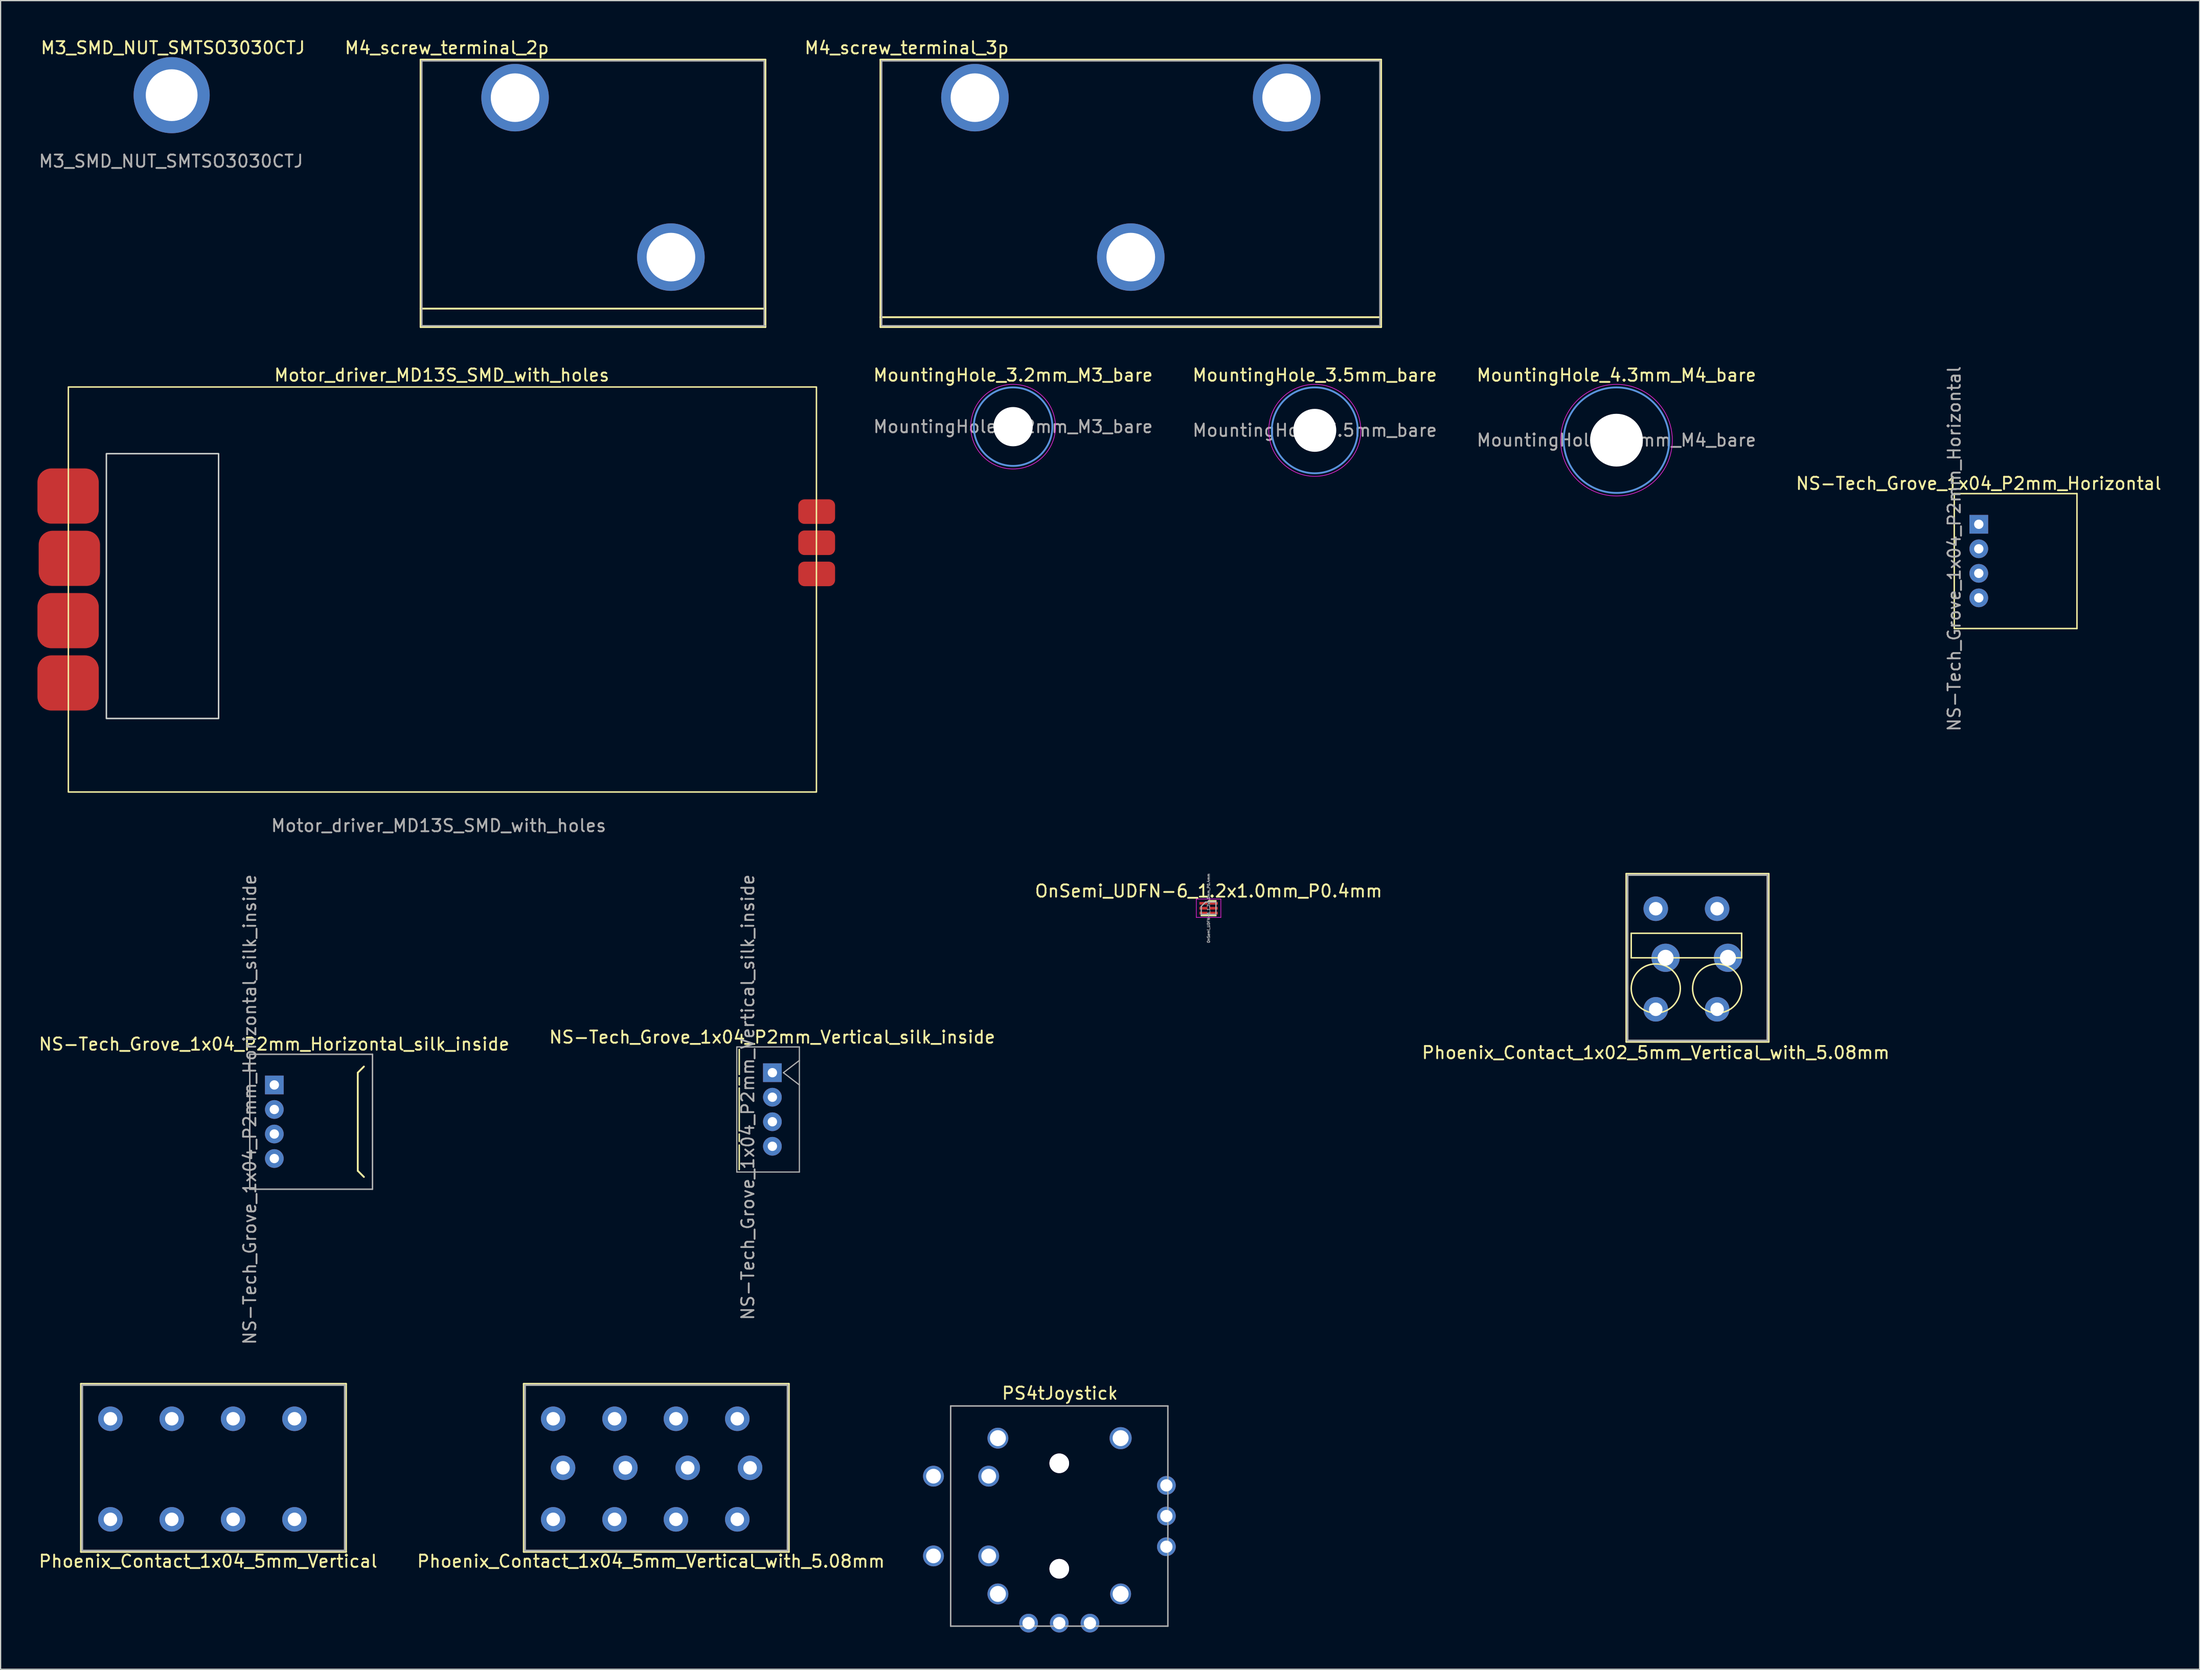
<source format=kicad_pcb>
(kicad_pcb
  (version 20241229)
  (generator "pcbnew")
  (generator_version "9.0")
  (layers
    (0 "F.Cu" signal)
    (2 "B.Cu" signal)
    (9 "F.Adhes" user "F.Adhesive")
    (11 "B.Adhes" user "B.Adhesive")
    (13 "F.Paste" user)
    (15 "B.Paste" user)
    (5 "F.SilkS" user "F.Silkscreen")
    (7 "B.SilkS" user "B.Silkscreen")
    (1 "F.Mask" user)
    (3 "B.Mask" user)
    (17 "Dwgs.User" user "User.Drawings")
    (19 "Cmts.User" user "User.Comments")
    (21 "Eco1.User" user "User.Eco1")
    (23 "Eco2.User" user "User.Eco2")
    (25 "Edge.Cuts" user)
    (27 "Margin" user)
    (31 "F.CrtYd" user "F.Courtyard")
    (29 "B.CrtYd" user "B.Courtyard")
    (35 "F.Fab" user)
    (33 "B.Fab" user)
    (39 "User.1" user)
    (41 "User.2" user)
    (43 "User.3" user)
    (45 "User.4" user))
  (footprint "M4_screw_terminal_3p"
    (layer "F.Cu")
    (at 76.395 4.912)
    (property "Reference" "M4_screw_terminal_3p" (at -5.563 -4.064 0) (layer "F.SilkS") (effects (font (size 1 1) (thickness 0.15))))
    (attr through_hole)
    (fp_line (start -7.7 -3.1) (end -7.7 18.7) (stroke (width 0.15) (type solid)) (layer "F.SilkS"))
    (fp_line (start -7.7 17.9) (end 33.1 17.9) (stroke (width 0.15) (type solid)) (layer "F.SilkS"))
    (fp_line (start -7.7 18.7) (end 33.1 18.7) (stroke (width 0.15) (type solid)) (layer "F.SilkS"))
    (fp_line (start 33.1 -3.1) (end -7.7 -3.1) (stroke (width 0.15) (type solid)) (layer "F.SilkS"))
    (fp_line (start 33.1 18.7) (end 33.1 -3.1) (stroke (width 0.15) (type solid)) (layer "F.SilkS"))
    (fp_line (start -7.6 -3) (end -7.6 18.6) (stroke (width 0.12) (type solid)) (layer "F.Fab"))
    (fp_line (start -7.6 18.6) (end 33 18.6) (stroke (width 0.12) (type solid)) (layer "F.Fab"))
    (fp_line (start 33 -3) (end -7.6 -3) (stroke (width 0.12) (type solid)) (layer "F.Fab"))
    (fp_line (start 33 18.6) (end 33 -3) (stroke (width 0.12) (type solid)) (layer "F.Fab"))
    (pad "1" thru_hole circle (at 0 0) (size 5.5 5.5) (drill 3.96) (layers "*.Cu" "*.Mask"))
    (pad "2" thru_hole circle (at 12.7 13) (size 5.5 5.5) (drill 3.96) (layers "*.Cu" "*.Mask"))
    (pad "3" thru_hole circle (at 25.4 0) (size 5.5 5.5) (drill 3.96) (layers "*.Cu" "*.Mask")))
  (footprint "Phoenix_Contact_1x04_5mm_Vertical_with_5.08mm"
    (layer "F.Cu")
    (at 42.031 112.62)
    (property "Reference" "Phoenix_Contact_1x04_5mm_Vertical_with_5.08mm" (at 7.963 11.62 0) (layer "F.SilkS") (effects (font (size 1 1) (thickness 0.15))))
    (attr through_hole)
    (fp_line (start -2.4 -2.85) (end -2.4 10.85) (stroke (width 0.15) (type solid)) (layer "F.SilkS"))
    (fp_line (start -2.4 10.85) (end 19.2 10.85) (stroke (width 0.15) (type solid)) (layer "F.SilkS"))
    (fp_line (start 19.2 -2.85) (end -2.4 -2.85) (stroke (width 0.15) (type solid)) (layer "F.SilkS"))
    (fp_line (start 19.2 10.85) (end 19.2 -2.85) (stroke (width 0.15) (type solid)) (layer "F.SilkS"))
    (fp_line (start -2 2) (end -2 4) (stroke (width 0.12) (type solid)) (layer "Eco1.User"))
    (fp_line (start -2 4) (end 17 4) (stroke (width 0.12) (type solid)) (layer "Eco1.User"))
    (fp_line (start 17 2) (end -2 2) (stroke (width 0.12) (type solid)) (layer "Eco1.User"))
    (fp_line (start 17 4) (end 17 2) (stroke (width 0.12) (type solid)) (layer "Eco1.User"))
    (fp_circle (center 0 6.5) (end 2 6.5) (stroke (width 0.12) (type solid)) (fill no) (layer "Eco1.User"))
    (fp_circle (center 5 6.5) (end 7 6.5) (stroke (width 0.12) (type solid)) (fill no) (layer "Eco1.User"))
    (fp_circle (center 10 6.5) (end 12 6.5) (stroke (width 0.12) (type solid)) (fill no) (layer "Eco1.User"))
    (fp_circle (center 15 6.5) (end 17 6.5) (stroke (width 0.12) (type solid)) (fill no) (layer "Eco1.User"))
    (fp_line (start -2.3 -2.75) (end -2.3 10.75) (stroke (width 0.15) (type solid)) (layer "F.Fab"))
    (fp_line (start -2.3 10.75) (end 19.1 10.75) (stroke (width 0.15) (type solid)) (layer "F.Fab"))
    (fp_line (start 19.1 -2.75) (end -2.3 -2.75) (stroke (width 0.15) (type solid)) (layer "F.Fab"))
    (fp_line (start 19.1 10.75) (end 19.1 -2.75) (stroke (width 0.15) (type solid)) (layer "F.Fab"))
    (pad "1" thru_hole circle (at 0 0) (size 2 2) (drill 1.1) (layers "*.Cu" "*.Mask"))
    (pad "1" thru_hole circle (at 0 8.2) (size 2 2) (drill 1.1) (layers "*.Cu" "*.Mask"))
    (pad "1" thru_hole circle (at 0.8 4) (size 2 2) (drill 1.1) (layers "*.Cu" "*.Mask"))
    (pad "2" thru_hole circle (at 5 0) (size 2 2) (drill 1.1) (layers "*.Cu" "*.Mask"))
    (pad "2" thru_hole circle (at 5 8.2) (size 2 2) (drill 1.1) (layers "*.Cu" "*.Mask"))
    (pad "2" thru_hole circle (at 5.88 4) (size 2 2) (drill 1.1) (layers "*.Cu" "*.Mask"))
    (pad "3" thru_hole circle (at 10 0) (size 2 2) (drill 1.1) (layers "*.Cu" "*.Mask"))
    (pad "3" thru_hole circle (at 10 8.2) (size 2 2) (drill 1.1) (layers "*.Cu" "*.Mask"))
    (pad "3" thru_hole circle (at 10.96 4) (size 2 2) (drill 1.1) (layers "*.Cu" "*.Mask"))
    (pad "4" thru_hole circle (at 15 0) (size 2 2) (drill 1.1) (layers "*.Cu" "*.Mask"))
    (pad "4" thru_hole circle (at 15 8.2) (size 2 2) (drill 1.1) (layers "*.Cu" "*.Mask"))
    (pad "4" thru_hole circle (at 16.04 4) (size 2 2) (drill 1.1) (layers "*.Cu" "*.Mask")))
  (footprint "NS-Tech_Grove_1x04_P2mm_Horizontal"
    (layer "F.Cu")
    (at 158.197 42.693)
    (property "Reference" "NS-Tech_Grove_1x04_P2mm_Horizontal" (at -0.013 -6.325 0) (layer "F.SilkS") (effects (font (size 1 1) (thickness 0.15))))
    (attr through_hole)
    (fp_line (start -2 -5.5) (end -2 5.5) (stroke (width 0.12) (type solid)) (layer "F.SilkS"))
    (fp_line (start -2 -5.5) (end 8 -5.5) (stroke (width 0.12) (type solid)) (layer "F.SilkS"))
    (fp_line (start -2 5.5) (end 8 5.5) (stroke (width 0.12) (type solid)) (layer "F.SilkS"))
    (fp_line (start 8 -5.5) (end 8 5.5) (stroke (width 0.12) (type solid)) (layer "F.SilkS"))
    (fp_text user "${REFERENCE}" (at -2 -1 90) (layer "F.Fab") (effects (font (size 1 1) (thickness 0.15))))
    (pad "1" thru_hole rect (at 0 -3) (size 1.524 1.524) (drill 0.762) (layers "*.Cu" "*.Mask"))
    (pad "2" thru_hole circle (at 0 -1) (size 1.524 1.524) (drill 0.762) (layers "*.Cu" "*.Mask"))
    (pad "3" thru_hole circle (at 0 1) (size 1.524 1.524) (drill 0.762) (layers "*.Cu" "*.Mask"))
    (pad "4" thru_hole circle (at 0 3) (size 1.524 1.524) (drill 0.762) (layers "*.Cu" "*.Mask")))
  (footprint "M3_SMD_NUT_SMTSO3030CTJ"
    (layer "F.Cu")
    (at 10.938 4.709)
    (property "Reference" "M3_SMD_NUT_SMTSO3030CTJ" (at 0.102 -3.861 0) (unlocked yes) (layer "F.SilkS") (effects (font (size 1 1) (thickness 0.15))))
    (attr through_hole)
    (fp_text user "${REFERENCE}" (at -0.051 5.385 0) (unlocked yes) (layer "F.Fab") (effects (font (size 1 1) (thickness 0.15))))
    (pad "1" thru_hole circle (at 0 0) (size 6.2 6.2) (drill 4.22) (layers "*.Cu" "*.Mask")))
  (footprint "Motor_driver_MD13S_SMD_with_holes"
    (layer "F.Cu")
    (at 33 45.011)
    (property "Reference" "Motor_driver_MD13S_SMD_with_holes" (at -0.051 -17.475 0) (unlocked yes) (layer "F.SilkS") (effects (font (size 1 1) (thickness 0.15))))
    (attr smd)
    (fp_rect (start -30.48 -16.51) (end 30.48 16.51) (stroke (width 0.12) (type default)) (fill no) (layer "F.SilkS"))
    (fp_rect (start -27.381 -11.074) (end -18.237 10.516) (stroke (width 0.12) (type default)) (fill no) (layer "Edge.Cuts"))
    (fp_text user "${REFERENCE}" (at -0.305 19.253 0) (unlocked yes) (layer "F.Fab") (effects (font (size 1 1) (thickness 0.15))))
    (pad "1" smd roundrect (at -30.5 -7.62) (size 5 4.5) (layers "F.Cu" "F.Mask" "F.Paste") (roundrect_rratio 0.25))
    (pad "2" smd roundrect (at -30.4 -2.54) (size 5 4.5) (layers "F.Cu" "F.Mask" "F.Paste") (roundrect_rratio 0.25))
    (pad "3" smd roundrect (at -30.5 2.54) (size 5 4.5) (layers "F.Cu" "F.Mask" "F.Paste") (roundrect_rratio 0.25))
    (pad "4" smd roundrect (at -30.5 7.62) (size 5 4.5) (layers "F.Cu" "F.Mask" "F.Paste") (roundrect_rratio 0.25))
    (pad "5" smd roundrect (at 30.5 -6.35) (size 3 2) (layers "F.Cu" "F.Mask" "F.Paste") (roundrect_rratio 0.25))
    (pad "6" smd roundrect (at 30.5 -3.81) (size 3 2) (layers "F.Cu" "F.Mask" "F.Paste") (roundrect_rratio 0.25))
    (pad "7" smd roundrect (at 30.5 -1.27) (size 3 2) (layers "F.Cu" "F.Mask" "F.Paste") (roundrect_rratio 0.25)))
  (footprint "OnSemi_UDFN-6_1.2x1.0mm_P0.4mm"
    (layer "F.Cu")
    (at 95.435 70.996)
    (property "Reference" "OnSemi_UDFN-6_1.2x1.0mm_P0.4mm" (at 0 -1.4 0) (layer "F.SilkS") (effects (font (size 1 1) (thickness 0.15))))
    (attr smd)
    (fp_line (start 0.6 -0.6) (end 0 -0.6) (stroke (width 0.12) (type solid)) (layer "F.SilkS"))
    (fp_line (start 0.6 0.6) (end -0.6 0.6) (stroke (width 0.12) (type solid)) (layer "F.SilkS"))
    (fp_line (start -1 -0.75) (end 1 -0.75) (stroke (width 0.05) (type solid)) (layer "F.CrtYd"))
    (fp_line (start -1 0.75) (end -1 -0.75) (stroke (width 0.05) (type solid)) (layer "F.CrtYd"))
    (fp_line (start 1 -0.75) (end 1 0.75) (stroke (width 0.05) (type solid)) (layer "F.CrtYd"))
    (fp_line (start 1 0.75) (end -1 0.75) (stroke (width 0.05) (type solid)) (layer "F.CrtYd"))
    (fp_line (start -0.6 -0.15) (end -0.25 -0.5) (stroke (width 0.1) (type solid)) (layer "F.Fab"))
    (fp_line (start -0.6 0.5) (end -0.6 -0.15) (stroke (width 0.1) (type solid)) (layer "F.Fab"))
    (fp_line (start -0.25 -0.5) (end 0.6 -0.5) (stroke (width 0.1) (type solid)) (layer "F.Fab"))
    (fp_line (start 0.6 -0.5) (end 0.6 0.5) (stroke (width 0.1) (type solid)) (layer "F.Fab"))
    (fp_line (start 0.6 0.5) (end -0.6 0.5) (stroke (width 0.1) (type solid)) (layer "F.Fab"))
    (fp_text user "${REFERENCE}" (at 0 0 90) (layer "F.Fab") (effects (font (size 0.2 0.2) (thickness 0.05))))
    (pad "1" smd rect (at -0.42 -0.4) (size 0.66 0.22) (layers "F.Cu" "F.Mask" "F.Paste"))
    (pad "2" smd rect (at -0.42 0) (size 0.66 0.22) (layers "F.Cu" "F.Mask" "F.Paste"))
    (pad "3" smd rect (at -0.42 0.4) (size 0.66 0.22) (layers "F.Cu" "F.Mask" "F.Paste"))
    (pad "4" smd rect (at 0.42 0.4) (size 0.66 0.22) (layers "F.Cu" "F.Mask" "F.Paste"))
    (pad "5" smd rect (at 0.42 0) (size 0.66 0.22) (layers "F.Cu" "F.Mask" "F.Paste"))
    (pad "6" smd rect (at 0.42 -0.4) (size 0.66 0.22) (layers "F.Cu" "F.Mask" "F.Paste")))
  (footprint "PS4tJoystick"
    (layer "F.Cu")
    (at 83.267 120.551)
    (property "Reference" "PS4tJoystick" (at 0.051 -10.008 0) (layer "F.SilkS") (effects (font (size 1 1) (thickness 0.15))))
    (attr through_hole)
    (fp_line (start -6.6 -1.1) (end -1.7 -1.1) (stroke (width 0.12) (type solid)) (layer "Eco1.User"))
    (fp_line (start -6.6 1.1) (end -1.7 1.1) (stroke (width 0.12) (type solid)) (layer "Eco1.User"))
    (fp_circle (center -8 0) (end -6.25 0) (stroke (width 0.12) (type solid)) (fill no) (layer "Eco1.User"))
    (fp_circle (center -3.5 -3.5) (end -2.2 -3.5) (stroke (width 0.12) (type solid)) (fill no) (layer "Eco1.User"))
    (fp_circle (center -3.5 3.5) (end -2.2 3.5) (stroke (width 0.12) (type solid)) (fill no) (layer "Eco1.User"))
    (fp_circle (center 0 0) (end 2 0) (stroke (width 0.12) (type solid)) (fill no) (layer "Eco1.User"))
    (fp_circle (center 3.5 -3.5) (end 4.8 -3.5) (stroke (width 0.12) (type solid)) (fill no) (layer "Eco1.User"))
    (fp_circle (center 3.5 3.5) (end 4.8 3.5) (stroke (width 0.12) (type solid)) (fill no) (layer "Eco1.User"))
    (fp_line (start -8.85 -8.975) (end 8.85 -8.975) (stroke (width 0.12) (type solid)) (layer "F.Fab"))
    (fp_line (start -8.85 8.975) (end -8.85 -8.975) (stroke (width 0.12) (type solid)) (layer "F.Fab"))
    (fp_line (start 8.85 -8.975) (end 8.85 8.975) (stroke (width 0.12) (type solid)) (layer "F.Fab"))
    (fp_line (start 8.85 8.975) (end -8.85 8.975) (stroke (width 0.12) (type solid)) (layer "F.Fab"))
    (fp_text user "KeepOut" (at -4.013 -0.046 0) (layer "Eco1.User") (effects (font (size 1 1) (thickness 0.15))))
    (pad "1" thru_hole circle (at 8.73 -2.5) (size 1.524 1.524) (drill 1) (layers "*.Cu" "*.Mask"))
    (pad "2" thru_hole circle (at 8.73 0) (size 1.524 1.524) (drill 1) (layers "*.Cu" "*.Mask"))
    (pad "3" thru_hole circle (at 8.73 2.5) (size 1.524 1.524) (drill 1) (layers "*.Cu" "*.Mask"))
    (pad "4" thru_hole circle (at 2.5 8.73) (size 1.524 1.524) (drill 1) (layers "*.Cu" "*.Mask"))
    (pad "5" thru_hole circle (at 0 8.73) (size 1.524 1.524) (drill 1) (layers "*.Cu" "*.Mask"))
    (pad "6" thru_hole circle (at -2.5 8.73) (size 1.524 1.524) (drill 1) (layers "*.Cu" "*.Mask"))
    (pad "7" thru_hole circle (at -5.75 -3.25) (size 1.7 1.7) (drill 1.2) (layers "*.Cu" "*.Mask"))
    (pad "7" thru_hole circle (at -5.75 3.25) (size 1.7 1.7) (drill 1.2) (layers "*.Cu" "*.Mask"))
    (pad "8" thru_hole circle (at -10.25 -3.25) (size 1.7 1.7) (drill 1.2) (layers "*.Cu" "*.Mask"))
    (pad "8" thru_hole circle (at -10.25 3.25) (size 1.7 1.7) (drill 1.2) (layers "*.Cu" "*.Mask"))
    (pad "NC" thru_hole circle (at -5 -6.35) (size 1.7 1.7) (drill 1.3) (layers "*.Cu" "*.Mask"))
    (pad "NC" thru_hole circle (at -5 6.35) (size 1.7 1.7) (drill 1.3) (layers "*.Cu" "*.Mask"))
    (pad "NC" thru_hole circle (at 0 -4.3) (size 1.6 1.6) (drill 1.6) (layers "*.Cu" "*.Mask"))
    (pad "NC" thru_hole circle (at 0 4.3) (size 1.6 1.6) (drill 1.6) (layers "*.Cu" "*.Mask"))
    (pad "NC" thru_hole circle (at 5 -6.35) (size 1.8 1.8) (drill 1.3) (layers "*.Cu" "*.Mask"))
    (pad "NC" thru_hole circle (at 5 6.35) (size 1.7 1.7) (drill 1.3) (layers "*.Cu" "*.Mask")))
  (footprint "M4_screw_terminal_2p"
    (layer "F.Cu")
    (at 38.923 4.912)
    (property "Reference" "M4_screw_terminal_2p" (at -5.563 -4.064 0) (layer "F.SilkS") (effects (font (size 1 1) (thickness 0.15))))
    (attr through_hole)
    (fp_line (start -7.7 -3.1) (end -7.7 18.7) (stroke (width 0.15) (type solid)) (layer "F.SilkS"))
    (fp_line (start -7.7 17.2) (end 20.4 17.2) (stroke (width 0.15) (type solid)) (layer "F.SilkS"))
    (fp_line (start -7.7 18.7) (end 20.4 18.7) (stroke (width 0.15) (type solid)) (layer "F.SilkS"))
    (fp_line (start 20.4 -3.1) (end -7.7 -3.1) (stroke (width 0.15) (type solid)) (layer "F.SilkS"))
    (fp_line (start 20.4 18.7) (end 20.4 -3.1) (stroke (width 0.15) (type solid)) (layer "F.SilkS"))
    (fp_line (start -7.6 -3) (end -7.6 18.6) (stroke (width 0.12) (type solid)) (layer "F.Fab"))
    (fp_line (start -7.6 18.6) (end 20.371 18.6) (stroke (width 0.12) (type solid)) (layer "F.Fab"))
    (fp_line (start 20.3 -3) (end -7.6 -3) (stroke (width 0.12) (type solid)) (layer "F.Fab"))
    (fp_line (start 20.3 18.6) (end 20.3 -3) (stroke (width 0.12) (type solid)) (layer "F.Fab"))
    (pad "1" thru_hole circle (at 0 0) (size 5.5 5.5) (drill 3.96) (layers "*.Cu" "*.Mask"))
    (pad "2" thru_hole circle (at 12.7 13) (size 5.5 5.5) (drill 3.96) (layers "*.Cu" "*.Mask")))
  (footprint "MountingHole_3.2mm_M3_bare"
    (layer "F.Cu")
    (at 79.506 31.735)
    (property "Reference" "MountingHole_3.2mm_M3_bare" (at 0 -4.2 0) (layer "F.SilkS") (effects (font (size 1 1) (thickness 0.15))))
    (attr exclude_from_pos_files exclude_from_bom)
    (fp_circle (center 0 0) (end 3.2 0) (stroke (width 0.15) (type solid)) (fill no) (layer "Cmts.User"))
    (fp_circle (center 0 0) (end 3.45 0) (stroke (width 0.05) (type solid)) (fill no) (layer "F.CrtYd"))
    (fp_text user "${REFERENCE}" (at 0 0 0) (layer "F.Fab") (effects (font (size 1 1) (thickness 0.15))))
    (pad "" np_thru_hole circle (at 0 0) (size 3.2 3.2) (drill 3.2) (layers "*.Cu" "*.Mask")))
  (footprint "MountingHole_3.5mm_bare"
    (layer "F.Cu")
    (at 104.089 32.035)
    (property "Reference" "MountingHole_3.5mm_bare" (at 0 -4.5 0) (layer "F.SilkS") (effects (font (size 1 1) (thickness 0.15))))
    (attr exclude_from_pos_files exclude_from_bom)
    (fp_circle (center 0 0) (end 3.5 0) (stroke (width 0.15) (type solid)) (fill no) (layer "Cmts.User"))
    (fp_circle (center 0 0) (end 3.75 0) (stroke (width 0.05) (type solid)) (fill no) (layer "F.CrtYd"))
    (fp_text user "${REFERENCE}" (at 0 0 0) (layer "F.Fab") (effects (font (size 1 1) (thickness 0.15))))
    (pad "" np_thru_hole circle (at 0 0) (size 3.5 3.5) (drill 3.5) (layers "*.Cu" "*.Mask")))
  (footprint "NS-Tech_Grove_1x04_P2mm_Vertical_silk_inside"
    (layer "F.Cu")
    (at 59.89 84.404)
    (property "Reference" "NS-Tech_Grove_1x04_P2mm_Vertical_silk_inside" (at -0.015 -2.896 0) (layer "F.SilkS") (effects (font (size 1 1) (thickness 0.15))))
    (attr through_hole)
    (fp_line (start -2.7 -1.9) (end -2.7 0.15) (stroke (width 0.12) (type solid)) (layer "F.SilkS"))
    (fp_line (start -2.7 0.4) (end -2.7 1) (stroke (width 0.12) (type solid)) (layer "F.SilkS"))
    (fp_line (start -2.7 1.25) (end -2.7 4.75) (stroke (width 0.12) (type solid)) (layer "F.SilkS"))
    (fp_line (start -2.7 5) (end -2.7 5.6) (stroke (width 0.12) (type solid)) (layer "F.SilkS"))
    (fp_line (start -2.7 5.9) (end -2.7 7.9) (stroke (width 0.12) (type solid)) (layer "F.SilkS"))
    (fp_line (start -2.9 -2.1) (end 2.2 -2.1) (stroke (width 0.1) (type solid)) (layer "F.Fab"))
    (fp_line (start -2.9 8.1) (end -2.9 -2.1) (stroke (width 0.1) (type solid)) (layer "F.Fab"))
    (fp_line (start 0.9 0) (end 2.2 1) (stroke (width 0.1) (type solid)) (layer "F.Fab"))
    (fp_line (start 2.2 -2.1) (end 2.2 8.1) (stroke (width 0.1) (type solid)) (layer "F.Fab"))
    (fp_line (start 2.2 -1) (end 0.9 0) (stroke (width 0.1) (type solid)) (layer "F.Fab"))
    (fp_line (start 2.2 8.1) (end -2.9 8.1) (stroke (width 0.1) (type solid)) (layer "F.Fab"))
    (fp_text user "${REFERENCE}" (at -2 2 90) (layer "F.Fab") (effects (font (size 1 1) (thickness 0.15))))
    (pad "1" thru_hole rect (at 0 0) (size 1.524 1.524) (drill 0.762) (layers "*.Cu" "*.Mask"))
    (pad "2" thru_hole circle (at 0 2) (size 1.524 1.524) (drill 0.762) (layers "*.Cu" "*.Mask"))
    (pad "3" thru_hole circle (at 0 4) (size 1.524 1.524) (drill 0.762) (layers "*.Cu" "*.Mask"))
    (pad "4" thru_hole circle (at 0 6) (size 1.524 1.524) (drill 0.762) (layers "*.Cu" "*.Mask")))
  (footprint "Phoenix_Contact_1x02_5mm_Vertical_with_5.08mm"
    (layer "F.Cu")
    (at 131.875 71.037)
    (property "Reference" "Phoenix_Contact_1x02_5mm_Vertical_with_5.08mm" (at 0 11.735 0) (layer "F.SilkS") (effects (font (size 1 1) (thickness 0.15))))
    (attr through_hole)
    (fp_line (start -2.4 -2.85) (end -2.4 10.85) (stroke (width 0.15) (type solid)) (layer "F.SilkS"))
    (fp_line (start -2.4 10.85) (end 9.2 10.85) (stroke (width 0.15) (type solid)) (layer "F.SilkS"))
    (fp_line (start -2 2) (end -2 4) (stroke (width 0.12) (type solid)) (layer "F.SilkS"))
    (fp_line (start -2 4) (end 7 4) (stroke (width 0.12) (type solid)) (layer "F.SilkS"))
    (fp_line (start 7 2) (end -2 2) (stroke (width 0.12) (type solid)) (layer "F.SilkS"))
    (fp_line (start 7 4) (end 7 2) (stroke (width 0.12) (type solid)) (layer "F.SilkS"))
    (fp_line (start 9.2 -2.85) (end -2.4 -2.85) (stroke (width 0.15) (type solid)) (layer "F.SilkS"))
    (fp_line (start 9.2 10.85) (end 9.2 -2.85) (stroke (width 0.15) (type solid)) (layer "F.SilkS"))
    (fp_circle (center 0 6.5) (end 2 6.5) (stroke (width 0.12) (type solid)) (fill no) (layer "F.SilkS"))
    (fp_circle (center 5 6.5) (end 7 6.5) (stroke (width 0.12) (type solid)) (fill no) (layer "F.SilkS"))
    (fp_line (start -2.3 -2.75) (end -2.3 10.75) (stroke (width 0.15) (type solid)) (layer "F.Fab"))
    (fp_line (start -2.3 10.75) (end 9.1 10.75) (stroke (width 0.15) (type solid)) (layer "F.Fab"))
    (fp_line (start 9.1 -2.75) (end -2.3 -2.75) (stroke (width 0.15) (type solid)) (layer "F.Fab"))
    (fp_line (start 9.1 10.75) (end 9.1 -2.75) (stroke (width 0.15) (type solid)) (layer "F.Fab"))
    (pad "1" thru_hole circle (at 0 0) (size 2 2) (drill 1.1) (layers "*.Cu" "*.Mask"))
    (pad "1" thru_hole circle (at 0 8.2) (size 2 2) (drill 1.1) (layers "*.Cu" "*.Mask"))
    (pad "1" thru_hole circle (at 0.8 4) (size 2.3 2.3) (drill 1.3) (layers "*.Cu" "*.Mask"))
    (pad "2" thru_hole circle (at 5 0) (size 2 2) (drill 1.1) (layers "*.Cu" "*.Mask"))
    (pad "2" thru_hole circle (at 5 8.2) (size 2 2) (drill 1.1) (layers "*.Cu" "*.Mask"))
    (pad "2" thru_hole circle (at 5.88 4) (size 2.3 2.3) (drill 1.3) (layers "*.Cu" "*.Mask")))
  (footprint "NS-Tech_Grove_1x04_P2mm_Horizontal_silk_inside"
    (layer "F.Cu")
    (at 19.304 88.404)
    (property "Reference" "NS-Tech_Grove_1x04_P2mm_Horizontal_silk_inside" (at -0.013 -6.325 0) (layer "F.SilkS") (effects (font (size 1 1) (thickness 0.15))))
    (attr through_hole)
    (fp_line (start 6.8 -4) (end 6.8 4) (stroke (width 0.15) (type solid)) (layer "F.SilkS"))
    (fp_line (start 6.8 4) (end 7.3 4.5) (stroke (width 0.15) (type solid)) (layer "F.SilkS"))
    (fp_line (start 7.3 -4.5) (end 6.8 -4) (stroke (width 0.15) (type solid)) (layer "F.SilkS"))
    (fp_line (start -2 -5.5) (end -2 5.5) (stroke (width 0.12) (type solid)) (layer "F.Fab"))
    (fp_line (start -2 -5.5) (end 8 -5.5) (stroke (width 0.12) (type solid)) (layer "F.Fab"))
    (fp_line (start -2 5.5) (end 8 5.5) (stroke (width 0.12) (type solid)) (layer "F.Fab"))
    (fp_line (start 8 -5.5) (end 8 5.5) (stroke (width 0.12) (type solid)) (layer "F.Fab"))
    (fp_text user "${REFERENCE}" (at -2 -1 90) (layer "F.Fab") (effects (font (size 1 1) (thickness 0.15))))
    (pad "1" thru_hole rect (at 0 -3) (size 1.524 1.524) (drill 0.762) (layers "*.Cu" "*.Mask"))
    (pad "2" thru_hole circle (at 0 -1) (size 1.524 1.524) (drill 0.762) (layers "*.Cu" "*.Mask"))
    (pad "3" thru_hole circle (at 0 1) (size 1.524 1.524) (drill 0.762) (layers "*.Cu" "*.Mask"))
    (pad "4" thru_hole circle (at 0 3) (size 1.524 1.524) (drill 0.762) (layers "*.Cu" "*.Mask")))
  (footprint "MountingHole_4.3mm_M4_bare"
    (layer "F.Cu")
    (at 128.673 32.836)
    (property "Reference" "MountingHole_4.3mm_M4_bare" (at 0 -5.3 0) (layer "F.SilkS") (effects (font (size 1 1) (thickness 0.15))))
    (attr exclude_from_pos_files exclude_from_bom)
    (fp_circle (center 0 0) (end 4.3 0) (stroke (width 0.15) (type solid)) (fill no) (layer "Cmts.User"))
    (fp_circle (center 0 0) (end 4.55 0) (stroke (width 0.05) (type solid)) (fill no) (layer "F.CrtYd"))
    (fp_text user "${REFERENCE}" (at 0 0 0) (layer "F.Fab") (effects (font (size 1 1) (thickness 0.15))))
    (pad "" np_thru_hole circle (at 0 0) (size 4.3 4.3) (drill 4.3) (layers "*.Cu" "*.Mask")))
  (footprint "Phoenix_Contact_1x04_5mm_Vertical"
    (layer "F.Cu")
    (at 5.948 112.62)
    (property "Reference" "Phoenix_Contact_1x04_5mm_Vertical" (at 7.963 11.62 0) (layer "F.SilkS") (effects (font (size 1 1) (thickness 0.15))))
    (attr through_hole)
    (fp_line (start -2.4 -2.85) (end -2.4 10.85) (stroke (width 0.15) (type solid)) (layer "F.SilkS"))
    (fp_line (start -2.4 10.85) (end 19.2 10.85) (stroke (width 0.15) (type solid)) (layer "F.SilkS"))
    (fp_line (start 19.2 -2.85) (end -2.4 -2.85) (stroke (width 0.15) (type solid)) (layer "F.SilkS"))
    (fp_line (start 19.2 10.85) (end 19.2 -2.85) (stroke (width 0.15) (type solid)) (layer "F.SilkS"))
    (fp_line (start -2 2) (end -2 4) (stroke (width 0.12) (type solid)) (layer "Eco1.User"))
    (fp_line (start -2 4) (end 17 4) (stroke (width 0.12) (type solid)) (layer "Eco1.User"))
    (fp_line (start 17 2) (end -2 2) (stroke (width 0.12) (type solid)) (layer "Eco1.User"))
    (fp_line (start 17 4) (end 17 2) (stroke (width 0.12) (type solid)) (layer "Eco1.User"))
    (fp_circle (center 0 6.5) (end 2 6.5) (stroke (width 0.12) (type solid)) (fill no) (layer "Eco1.User"))
    (fp_circle (center 5 6.5) (end 7 6.5) (stroke (width 0.12) (type solid)) (fill no) (layer "Eco1.User"))
    (fp_circle (center 10 6.5) (end 12 6.5) (stroke (width 0.12) (type solid)) (fill no) (layer "Eco1.User"))
    (fp_circle (center 15 6.5) (end 17 6.5) (stroke (width 0.12) (type solid)) (fill no) (layer "Eco1.User"))
    (fp_line (start -2.3 -2.75) (end -2.3 10.75) (stroke (width 0.15) (type solid)) (layer "F.Fab"))
    (fp_line (start -2.3 10.75) (end 19.1 10.75) (stroke (width 0.15) (type solid)) (layer "F.Fab"))
    (fp_line (start 19.1 -2.75) (end -2.3 -2.75) (stroke (width 0.15) (type solid)) (layer "F.Fab"))
    (fp_line (start 19.1 10.75) (end 19.1 -2.75) (stroke (width 0.15) (type solid)) (layer "F.Fab"))
    (pad "1" thru_hole circle (at 0 0) (size 2 2) (drill 1.1) (layers "*.Cu" "*.Mask"))
    (pad "1" thru_hole circle (at 0 8.2) (size 2 2) (drill 1.1) (layers "*.Cu" "*.Mask"))
    (pad "2" thru_hole circle (at 5 0) (size 2 2) (drill 1.1) (layers "*.Cu" "*.Mask"))
    (pad "2" thru_hole circle (at 5 8.2) (size 2 2) (drill 1.1) (layers "*.Cu" "*.Mask"))
    (pad "3" thru_hole circle (at 10 0) (size 2 2) (drill 1.1) (layers "*.Cu" "*.Mask"))
    (pad "3" thru_hole circle (at 10 8.2) (size 2 2) (drill 1.1) (layers "*.Cu" "*.Mask"))
    (pad "4" thru_hole circle (at 15 0) (size 2 2) (drill 1.1) (layers "*.Cu" "*.Mask"))
    (pad "4" thru_hole circle (at 15 8.2) (size 2 2) (drill 1.1) (layers "*.Cu" "*.Mask")))
  (gr_rect
    (start -3 -3)
    (end 176.19 133.043)
    (stroke (width 0.1) (type default))
    (fill no)
    (layer "Edge.Cuts")))
</source>
